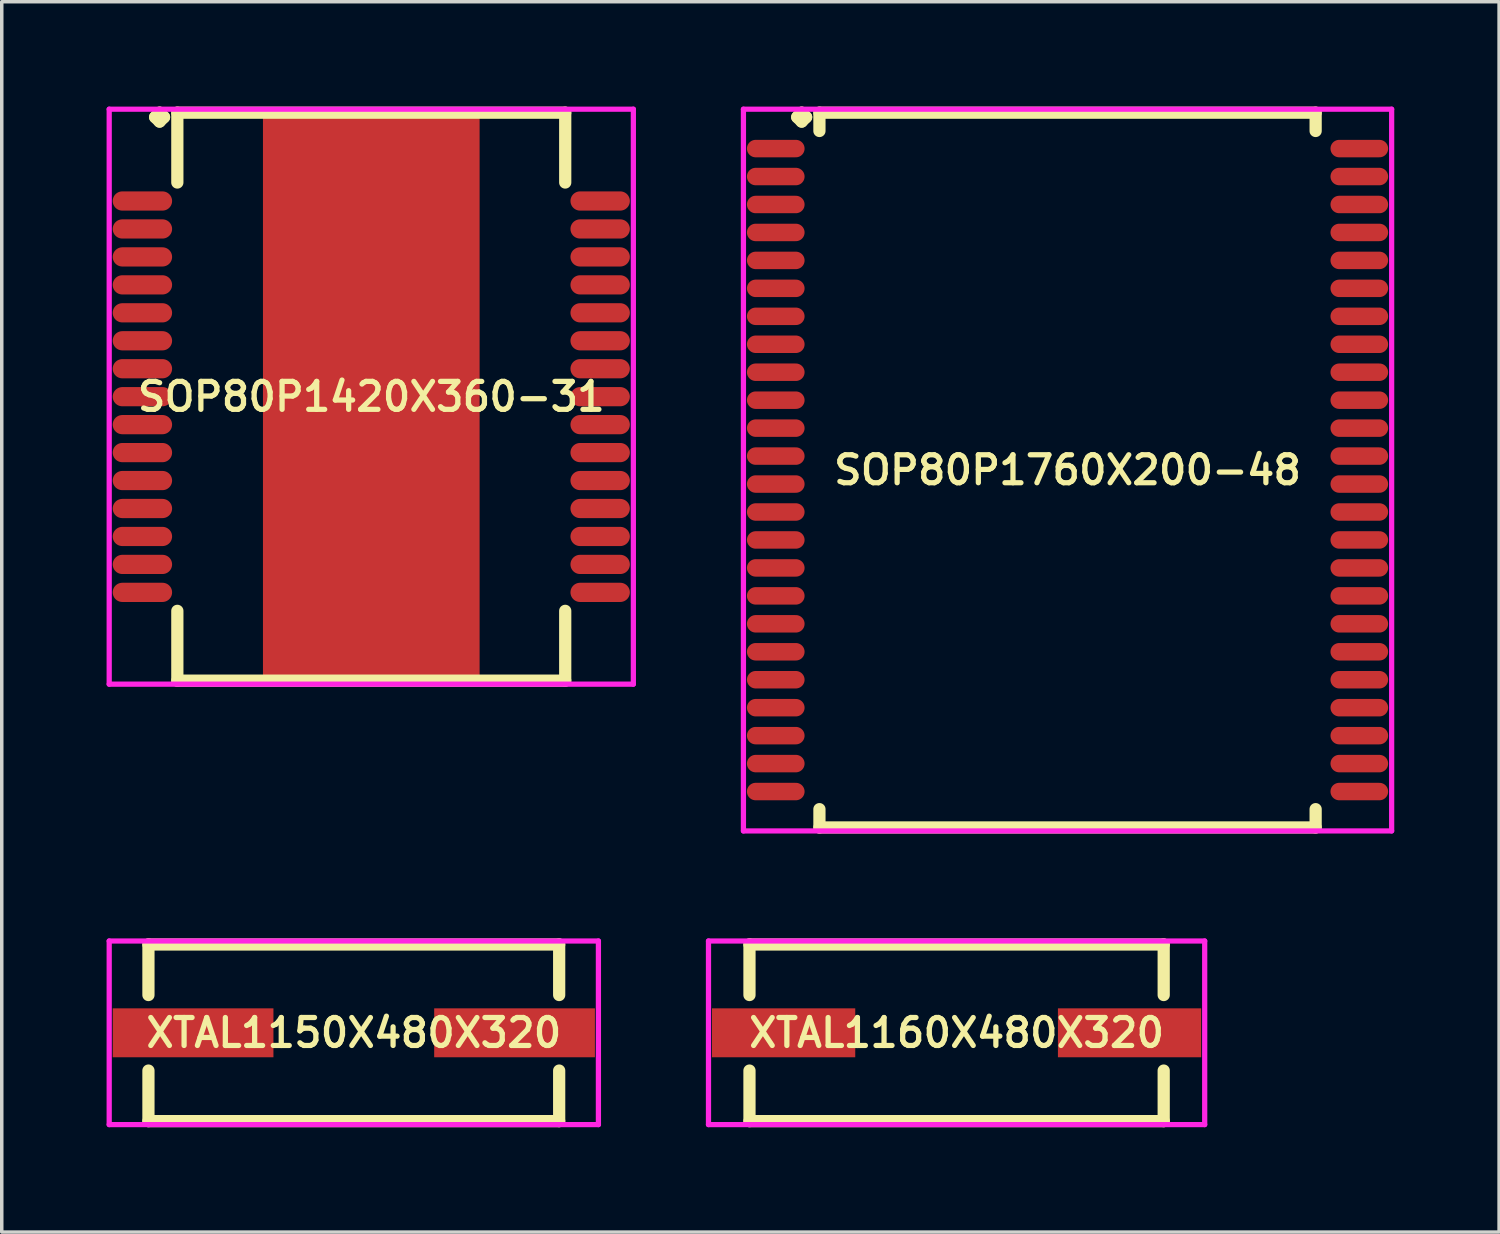
<source format=kicad_pcb>
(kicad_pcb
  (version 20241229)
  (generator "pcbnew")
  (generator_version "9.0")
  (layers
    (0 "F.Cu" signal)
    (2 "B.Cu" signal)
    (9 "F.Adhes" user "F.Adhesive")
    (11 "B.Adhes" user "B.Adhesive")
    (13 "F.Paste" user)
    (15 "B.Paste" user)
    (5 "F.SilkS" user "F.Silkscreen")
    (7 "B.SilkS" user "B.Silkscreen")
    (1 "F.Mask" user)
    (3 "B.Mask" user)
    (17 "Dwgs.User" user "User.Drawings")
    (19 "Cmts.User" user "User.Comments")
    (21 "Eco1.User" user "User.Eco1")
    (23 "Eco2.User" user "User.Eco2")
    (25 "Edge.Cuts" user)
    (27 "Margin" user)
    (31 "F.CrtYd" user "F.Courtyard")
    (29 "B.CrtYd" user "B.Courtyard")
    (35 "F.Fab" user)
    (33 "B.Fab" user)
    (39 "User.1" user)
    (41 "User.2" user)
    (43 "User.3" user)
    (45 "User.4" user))
  (footprint "XTAL1150X480X320"
    (layer "F.Cu")
    (at 7.075 26.506)
    (property "Reference" "XTAL1150X480X320" (at 0 0 0) (layer "F.SilkS") (effects (font (size 0.8 0.8) (thickness 0.15))))
    (attr through_hole)
    (fp_line (start -5.877 -2.527) (end 5.877 -2.527) (stroke (width 0.35) (type solid)) (layer "F.SilkS"))
    (fp_line (start -5.877 -1.081) (end -5.877 -2.527) (stroke (width 0.35) (type solid)) (layer "F.SilkS"))
    (fp_line (start -5.877 1.081) (end -5.877 2.527) (stroke (width 0.35) (type solid)) (layer "F.SilkS"))
    (fp_line (start -5.877 2.527) (end 5.877 2.527) (stroke (width 0.35) (type solid)) (layer "F.SilkS"))
    (fp_line (start 5.877 -2.527) (end 5.877 -1.081) (stroke (width 0.35) (type solid)) (layer "F.SilkS"))
    (fp_line (start 5.877 2.527) (end 5.877 1.081) (stroke (width 0.35) (type solid)) (layer "F.SilkS"))
    (fp_line (start -7 -2.627) (end 7 -2.627) (stroke (width 0.15) (type solid)) (layer "F.CrtYd"))
    (fp_line (start -7 2.627) (end -7 -2.627) (stroke (width 0.15) (type solid)) (layer "F.CrtYd"))
    (fp_line (start 7 -2.627) (end 7 2.627) (stroke (width 0.15) (type solid)) (layer "F.CrtYd"))
    (fp_line (start 7 2.627) (end -7 2.627) (stroke (width 0.15) (type solid)) (layer "F.CrtYd"))
    (pad "1" smd rect (at -4.6 0) (size 4.6 1.4) (layers "F.Cu" "F.Mask" "F.Paste"))
    (pad "2" smd rect (at 4.6 0) (size 4.6 1.4) (layers "F.Cu" "F.Mask" "F.Paste")))
  (footprint "XTAL1160X480X320"
    (layer "F.Cu")
    (at 24.325 26.506)
    (property "Reference" "XTAL1160X480X320" (at 0 0 0) (layer "F.SilkS") (effects (font (size 0.8 0.8) (thickness 0.15))))
    (attr smd)
    (fp_line (start -5.927 -2.527) (end 5.927 -2.527) (stroke (width 0.35) (type solid)) (layer "F.SilkS"))
    (fp_line (start -5.927 -1.081) (end -5.927 -2.527) (stroke (width 0.35) (type solid)) (layer "F.SilkS"))
    (fp_line (start -5.927 1.081) (end -5.927 2.527) (stroke (width 0.35) (type solid)) (layer "F.SilkS"))
    (fp_line (start -5.927 2.527) (end 5.927 2.527) (stroke (width 0.35) (type solid)) (layer "F.SilkS"))
    (fp_line (start 5.927 -2.527) (end 5.927 -1.081) (stroke (width 0.35) (type solid)) (layer "F.SilkS"))
    (fp_line (start 5.927 2.527) (end 5.927 1.081) (stroke (width 0.35) (type solid)) (layer "F.SilkS"))
    (fp_line (start -7.1 -2.627) (end 7.1 -2.627) (stroke (width 0.15) (type solid)) (layer "F.CrtYd"))
    (fp_line (start -7.1 2.627) (end -7.1 -2.627) (stroke (width 0.15) (type solid)) (layer "F.CrtYd"))
    (fp_line (start 7.1 -2.627) (end 7.1 2.627) (stroke (width 0.15) (type solid)) (layer "F.CrtYd"))
    (fp_line (start 7.1 2.627) (end -7.1 2.627) (stroke (width 0.15) (type solid)) (layer "F.CrtYd"))
    (pad "1" smd rect (at -4.95 0) (size 4.1 1.4) (layers "F.Cu" "F.Mask" "F.Paste"))
    (pad "2" smd rect (at 4.95 0) (size 4.1 1.4) (layers "F.Cu" "F.Mask" "F.Paste")))
  (footprint "SOP80P1420X360-31"
    (layer "F.Cu")
    (at 7.575 8.302)
    (property "Reference" "SOP80P1420X360-31" (at 0 0 0) (layer "F.SilkS") (effects (font (size 0.8 0.8) (thickness 0.15))))
    (attr through_hole)
    (fp_line (start -6.185 -8) (end -6.058 -8.127) (stroke (width 0.35) (type solid)) (layer "F.SilkS"))
    (fp_line (start -6.058 -8.127) (end -5.931 -8) (stroke (width 0.35) (type solid)) (layer "F.SilkS"))
    (fp_line (start -6.058 -7.873) (end -6.185 -8) (stroke (width 0.35) (type solid)) (layer "F.SilkS"))
    (fp_line (start -5.931 -8) (end -6.058 -7.873) (stroke (width 0.35) (type solid)) (layer "F.SilkS"))
    (fp_line (start -5.55 -8.127) (end 5.55 -8.127) (stroke (width 0.35) (type solid)) (layer "F.SilkS"))
    (fp_line (start -5.55 -6.129) (end -5.55 -8.127) (stroke (width 0.35) (type solid)) (layer "F.SilkS"))
    (fp_line (start -5.55 6.129) (end -5.55 8.127) (stroke (width 0.35) (type solid)) (layer "F.SilkS"))
    (fp_line (start -5.55 8.127) (end 5.55 8.127) (stroke (width 0.35) (type solid)) (layer "F.SilkS"))
    (fp_line (start 5.55 -8.127) (end 5.55 -6.129) (stroke (width 0.35) (type solid)) (layer "F.SilkS"))
    (fp_line (start 5.55 8.127) (end 5.55 6.129) (stroke (width 0.35) (type solid)) (layer "F.SilkS"))
    (fp_line (start -7.5 -8.227) (end 7.5 -8.227) (stroke (width 0.15) (type solid)) (layer "F.CrtYd"))
    (fp_line (start -7.5 8.227) (end -7.5 -8.227) (stroke (width 0.15) (type solid)) (layer "F.CrtYd"))
    (fp_line (start 7.5 -8.227) (end 7.5 8.227) (stroke (width 0.15) (type solid)) (layer "F.CrtYd"))
    (fp_line (start 7.5 8.227) (end -7.5 8.227) (stroke (width 0.15) (type solid)) (layer "F.CrtYd"))
    (pad "1" smd oval (at -6.55 -5.6) (size 1.7 0.55) (layers "F.Cu" "F.Mask" "F.Paste"))
    (pad "2" smd oval (at -6.55 -4.8) (size 1.7 0.55) (layers "F.Cu" "F.Mask" "F.Paste"))
    (pad "3" smd oval (at -6.55 -4) (size 1.7 0.55) (layers "F.Cu" "F.Mask" "F.Paste"))
    (pad "4" smd oval (at -6.55 -3.2) (size 1.7 0.55) (layers "F.Cu" "F.Mask" "F.Paste"))
    (pad "5" smd oval (at -6.55 -2.4) (size 1.7 0.55) (layers "F.Cu" "F.Mask" "F.Paste"))
    (pad "6" smd oval (at -6.55 -1.6) (size 1.7 0.55) (layers "F.Cu" "F.Mask" "F.Paste"))
    (pad "7" smd oval (at -6.55 -0.8) (size 1.7 0.55) (layers "F.Cu" "F.Mask" "F.Paste"))
    (pad "8" smd oval (at -6.55 0) (size 1.7 0.55) (layers "F.Cu" "F.Mask" "F.Paste"))
    (pad "9" smd oval (at -6.55 0.8) (size 1.7 0.55) (layers "F.Cu" "F.Mask" "F.Paste"))
    (pad "10" smd oval (at -6.55 1.6) (size 1.7 0.55) (layers "F.Cu" "F.Mask" "F.Paste"))
    (pad "11" smd oval (at -6.55 2.4) (size 1.7 0.55) (layers "F.Cu" "F.Mask" "F.Paste"))
    (pad "12" smd oval (at -6.55 3.2) (size 1.7 0.55) (layers "F.Cu" "F.Mask" "F.Paste"))
    (pad "13" smd oval (at -6.55 4) (size 1.7 0.55) (layers "F.Cu" "F.Mask" "F.Paste"))
    (pad "14" smd oval (at -6.55 4.8) (size 1.7 0.55) (layers "F.Cu" "F.Mask" "F.Paste"))
    (pad "15" smd oval (at -6.55 5.6) (size 1.7 0.55) (layers "F.Cu" "F.Mask" "F.Paste"))
    (pad "16" smd oval (at 6.55 5.6) (size 1.7 0.55) (layers "F.Cu" "F.Mask" "F.Paste"))
    (pad "17" smd oval (at 6.55 4.8) (size 1.7 0.55) (layers "F.Cu" "F.Mask" "F.Paste"))
    (pad "18" smd oval (at 6.55 4) (size 1.7 0.55) (layers "F.Cu" "F.Mask" "F.Paste"))
    (pad "19" smd oval (at 6.55 3.2) (size 1.7 0.55) (layers "F.Cu" "F.Mask" "F.Paste"))
    (pad "20" smd oval (at 6.55 2.4) (size 1.7 0.55) (layers "F.Cu" "F.Mask" "F.Paste"))
    (pad "21" smd oval (at 6.55 1.6) (size 1.7 0.55) (layers "F.Cu" "F.Mask" "F.Paste"))
    (pad "22" smd oval (at 6.55 0.8) (size 1.7 0.55) (layers "F.Cu" "F.Mask" "F.Paste"))
    (pad "23" smd oval (at 6.55 0) (size 1.7 0.55) (layers "F.Cu" "F.Mask" "F.Paste"))
    (pad "24" smd oval (at 6.55 -0.8) (size 1.7 0.55) (layers "F.Cu" "F.Mask" "F.Paste"))
    (pad "25" smd oval (at 6.55 -1.6) (size 1.7 0.55) (layers "F.Cu" "F.Mask" "F.Paste"))
    (pad "26" smd oval (at 6.55 -2.4) (size 1.7 0.55) (layers "F.Cu" "F.Mask" "F.Paste"))
    (pad "27" smd oval (at 6.55 -3.2) (size 1.7 0.55) (layers "F.Cu" "F.Mask" "F.Paste"))
    (pad "28" smd oval (at 6.55 -4) (size 1.7 0.55) (layers "F.Cu" "F.Mask" "F.Paste"))
    (pad "29" smd oval (at 6.55 -4.8) (size 1.7 0.55) (layers "F.Cu" "F.Mask" "F.Paste"))
    (pad "30" smd oval (at 6.55 -5.6) (size 1.7 0.55) (layers "F.Cu" "F.Mask" "F.Paste"))
    (pad "31" smd rect (at 0 0) (size 6.2 16) (layers "F.Cu" "F.Mask" "F.Paste")))
  (footprint "SOP80P1760X200-48"
    (layer "F.Cu")
    (at 27.5 10.402)
    (property "Reference" "SOP80P1760X200-48" (at 0 0 0) (layer "F.SilkS") (effects (font (size 0.8 0.8) (thickness 0.15))))
    (attr smd)
    (fp_line (start -7.735 -10.1) (end -7.608 -10.227) (stroke (width 0.35) (type solid)) (layer "F.SilkS"))
    (fp_line (start -7.608 -10.227) (end -7.481 -10.1) (stroke (width 0.35) (type solid)) (layer "F.SilkS"))
    (fp_line (start -7.608 -9.973) (end -7.735 -10.1) (stroke (width 0.35) (type solid)) (layer "F.SilkS"))
    (fp_line (start -7.481 -10.1) (end -7.608 -9.973) (stroke (width 0.35) (type solid)) (layer "F.SilkS"))
    (fp_line (start -7.1 -10.227) (end 7.1 -10.227) (stroke (width 0.35) (type solid)) (layer "F.SilkS"))
    (fp_line (start -7.1 -9.704) (end -7.1 -10.227) (stroke (width 0.35) (type solid)) (layer "F.SilkS"))
    (fp_line (start -7.1 9.704) (end -7.1 10.227) (stroke (width 0.35) (type solid)) (layer "F.SilkS"))
    (fp_line (start -7.1 10.227) (end 7.1 10.227) (stroke (width 0.35) (type solid)) (layer "F.SilkS"))
    (fp_line (start 7.1 -10.227) (end 7.1 -9.704) (stroke (width 0.35) (type solid)) (layer "F.SilkS"))
    (fp_line (start 7.1 10.227) (end 7.1 9.704) (stroke (width 0.35) (type solid)) (layer "F.SilkS"))
    (fp_line (start -9.275 -10.327) (end 9.275 -10.327) (stroke (width 0.15) (type solid)) (layer "F.CrtYd"))
    (fp_line (start -9.275 10.327) (end -9.275 -10.327) (stroke (width 0.15) (type solid)) (layer "F.CrtYd"))
    (fp_line (start 9.275 -10.327) (end 9.275 10.327) (stroke (width 0.15) (type solid)) (layer "F.CrtYd"))
    (fp_line (start 9.275 10.327) (end -9.275 10.327) (stroke (width 0.15) (type solid)) (layer "F.CrtYd"))
    (pad "1" smd oval (at -8.35 -9.2) (size 1.65 0.5) (layers "F.Cu" "F.Mask" "F.Paste"))
    (pad "2" smd oval (at -8.35 -8.4) (size 1.65 0.5) (layers "F.Cu" "F.Mask" "F.Paste"))
    (pad "3" smd oval (at -8.35 -7.6) (size 1.65 0.5) (layers "F.Cu" "F.Mask" "F.Paste"))
    (pad "4" smd oval (at -8.35 -6.8) (size 1.65 0.5) (layers "F.Cu" "F.Mask" "F.Paste"))
    (pad "5" smd oval (at -8.35 -6) (size 1.65 0.5) (layers "F.Cu" "F.Mask" "F.Paste"))
    (pad "6" smd oval (at -8.35 -5.2) (size 1.65 0.5) (layers "F.Cu" "F.Mask" "F.Paste"))
    (pad "7" smd oval (at -8.35 -4.4) (size 1.65 0.5) (layers "F.Cu" "F.Mask" "F.Paste"))
    (pad "8" smd oval (at -8.35 -3.6) (size 1.65 0.5) (layers "F.Cu" "F.Mask" "F.Paste"))
    (pad "9" smd oval (at -8.35 -2.8) (size 1.65 0.5) (layers "F.Cu" "F.Mask" "F.Paste"))
    (pad "10" smd oval (at -8.35 -2) (size 1.65 0.5) (layers "F.Cu" "F.Mask" "F.Paste"))
    (pad "11" smd oval (at -8.35 -1.2) (size 1.65 0.5) (layers "F.Cu" "F.Mask" "F.Paste"))
    (pad "12" smd oval (at -8.35 -0.4) (size 1.65 0.5) (layers "F.Cu" "F.Mask" "F.Paste"))
    (pad "13" smd oval (at -8.35 0.4) (size 1.65 0.5) (layers "F.Cu" "F.Mask" "F.Paste"))
    (pad "14" smd oval (at -8.35 1.2) (size 1.65 0.5) (layers "F.Cu" "F.Mask" "F.Paste"))
    (pad "15" smd oval (at -8.35 2) (size 1.65 0.5) (layers "F.Cu" "F.Mask" "F.Paste"))
    (pad "16" smd oval (at -8.35 2.8) (size 1.65 0.5) (layers "F.Cu" "F.Mask" "F.Paste"))
    (pad "17" smd oval (at -8.35 3.6) (size 1.65 0.5) (layers "F.Cu" "F.Mask" "F.Paste"))
    (pad "18" smd oval (at -8.35 4.4) (size 1.65 0.5) (layers "F.Cu" "F.Mask" "F.Paste"))
    (pad "19" smd oval (at -8.35 5.2) (size 1.65 0.5) (layers "F.Cu" "F.Mask" "F.Paste"))
    (pad "20" smd oval (at -8.35 6) (size 1.65 0.5) (layers "F.Cu" "F.Mask" "F.Paste"))
    (pad "21" smd oval (at -8.35 6.8) (size 1.65 0.5) (layers "F.Cu" "F.Mask" "F.Paste"))
    (pad "22" smd oval (at -8.35 7.6) (size 1.65 0.5) (layers "F.Cu" "F.Mask" "F.Paste"))
    (pad "23" smd oval (at -8.35 8.4) (size 1.65 0.5) (layers "F.Cu" "F.Mask" "F.Paste"))
    (pad "24" smd oval (at -8.35 9.2) (size 1.65 0.5) (layers "F.Cu" "F.Mask" "F.Paste"))
    (pad "25" smd oval (at 8.35 9.2) (size 1.65 0.5) (layers "F.Cu" "F.Mask" "F.Paste"))
    (pad "26" smd oval (at 8.35 8.4) (size 1.65 0.5) (layers "F.Cu" "F.Mask" "F.Paste"))
    (pad "27" smd oval (at 8.35 7.6) (size 1.65 0.5) (layers "F.Cu" "F.Mask" "F.Paste"))
    (pad "28" smd oval (at 8.35 6.8) (size 1.65 0.5) (layers "F.Cu" "F.Mask" "F.Paste"))
    (pad "29" smd oval (at 8.35 6) (size 1.65 0.5) (layers "F.Cu" "F.Mask" "F.Paste"))
    (pad "30" smd oval (at 8.35 5.2) (size 1.65 0.5) (layers "F.Cu" "F.Mask" "F.Paste"))
    (pad "31" smd oval (at 8.35 4.4) (size 1.65 0.5) (layers "F.Cu" "F.Mask" "F.Paste"))
    (pad "32" smd oval (at 8.35 3.6) (size 1.65 0.5) (layers "F.Cu" "F.Mask" "F.Paste"))
    (pad "33" smd oval (at 8.35 2.8) (size 1.65 0.5) (layers "F.Cu" "F.Mask" "F.Paste"))
    (pad "34" smd oval (at 8.35 2) (size 1.65 0.5) (layers "F.Cu" "F.Mask" "F.Paste"))
    (pad "35" smd oval (at 8.35 1.2) (size 1.65 0.5) (layers "F.Cu" "F.Mask" "F.Paste"))
    (pad "36" smd oval (at 8.35 0.4) (size 1.65 0.5) (layers "F.Cu" "F.Mask" "F.Paste"))
    (pad "37" smd oval (at 8.35 -0.4) (size 1.65 0.5) (layers "F.Cu" "F.Mask" "F.Paste"))
    (pad "38" smd oval (at 8.35 -1.2) (size 1.65 0.5) (layers "F.Cu" "F.Mask" "F.Paste"))
    (pad "39" smd oval (at 8.35 -2) (size 1.65 0.5) (layers "F.Cu" "F.Mask" "F.Paste"))
    (pad "40" smd oval (at 8.35 -2.8) (size 1.65 0.5) (layers "F.Cu" "F.Mask" "F.Paste"))
    (pad "41" smd oval (at 8.35 -3.6) (size 1.65 0.5) (layers "F.Cu" "F.Mask" "F.Paste"))
    (pad "42" smd oval (at 8.35 -4.4) (size 1.65 0.5) (layers "F.Cu" "F.Mask" "F.Paste"))
    (pad "43" smd oval (at 8.35 -5.2) (size 1.65 0.5) (layers "F.Cu" "F.Mask" "F.Paste"))
    (pad "44" smd oval (at 8.35 -6) (size 1.65 0.5) (layers "F.Cu" "F.Mask" "F.Paste"))
    (pad "45" smd oval (at 8.35 -6.8) (size 1.65 0.5) (layers "F.Cu" "F.Mask" "F.Paste"))
    (pad "46" smd oval (at 8.35 -7.6) (size 1.65 0.5) (layers "F.Cu" "F.Mask" "F.Paste"))
    (pad "47" smd oval (at 8.35 -8.4) (size 1.65 0.5) (layers "F.Cu" "F.Mask" "F.Paste"))
    (pad "48" smd oval (at 8.35 -9.2) (size 1.65 0.5) (layers "F.Cu" "F.Mask" "F.Paste")))
  (gr_rect
    (start -3 -3)
    (end 39.85 32.208)
    (stroke (width 0.1) (type default))
    (fill no)
    (layer "Edge.Cuts")))
</source>
